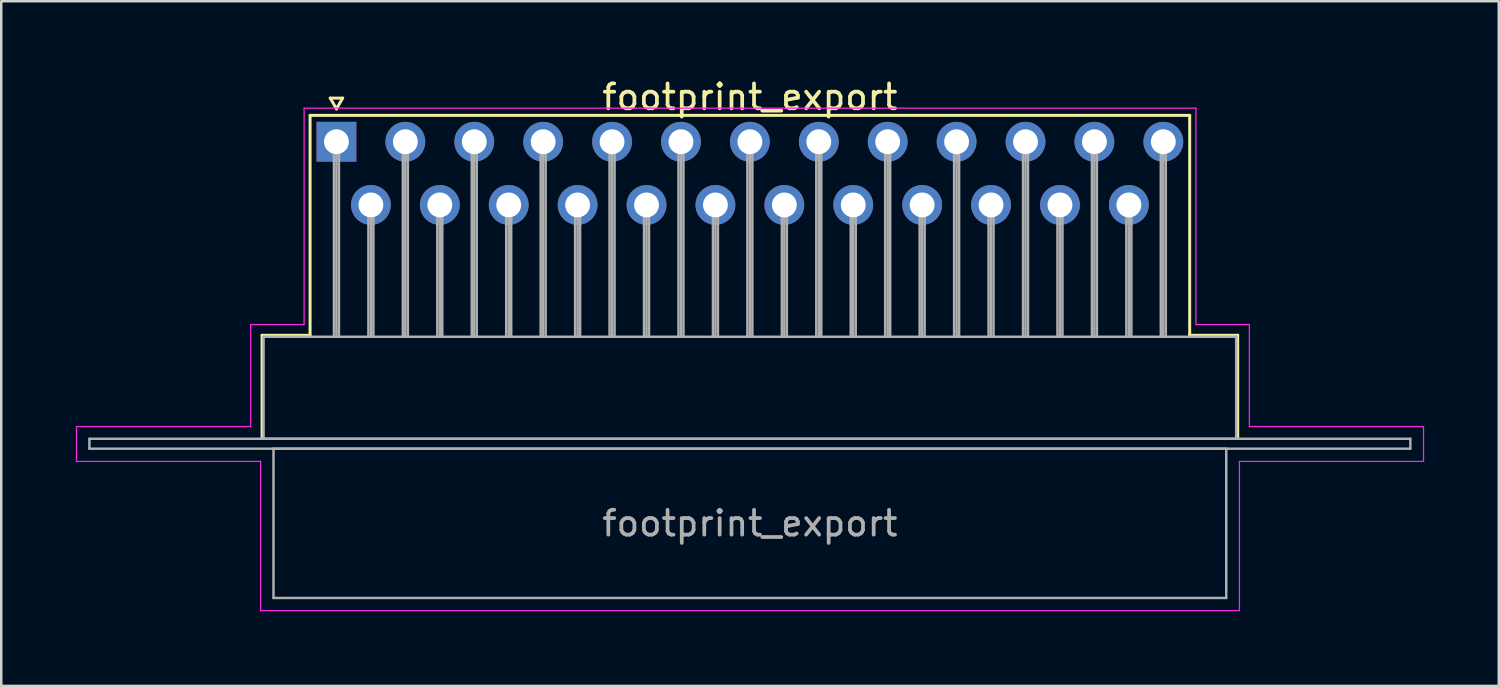
<source format=kicad_pcb>
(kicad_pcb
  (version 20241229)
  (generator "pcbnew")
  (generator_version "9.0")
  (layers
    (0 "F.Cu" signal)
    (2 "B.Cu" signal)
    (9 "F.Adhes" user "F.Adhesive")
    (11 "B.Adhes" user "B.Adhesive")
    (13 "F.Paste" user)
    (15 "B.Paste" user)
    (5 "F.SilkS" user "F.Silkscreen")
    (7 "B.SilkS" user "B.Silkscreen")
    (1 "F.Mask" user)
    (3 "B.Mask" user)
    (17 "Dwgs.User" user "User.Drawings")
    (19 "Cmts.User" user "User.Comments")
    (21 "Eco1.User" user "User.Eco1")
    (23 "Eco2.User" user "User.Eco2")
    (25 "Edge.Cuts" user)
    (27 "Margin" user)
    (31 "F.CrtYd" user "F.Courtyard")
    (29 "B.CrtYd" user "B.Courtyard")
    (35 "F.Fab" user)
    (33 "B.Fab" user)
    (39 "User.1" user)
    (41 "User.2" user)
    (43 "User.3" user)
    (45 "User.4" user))
  (footprint "footprint_export"
    (layer "F.Cu")
    (at 10.475 2.648)
    (property "Reference" "footprint_export" (at 16.62 -1.8 0) (layer "F.SilkS") (effects (font (size 1 1) (thickness 0.15))))
    (attr through_hole)
    (fp_line (start -2.99 7.78) (end -1.06 7.78) (stroke (width 0.12) (type solid)) (layer "F.SilkS"))
    (fp_line (start -2.99 11.88) (end -2.99 7.78) (stroke (width 0.12) (type solid)) (layer "F.SilkS"))
    (fp_line (start -1.06 -1.06) (end 34.3 -1.06) (stroke (width 0.12) (type solid)) (layer "F.SilkS"))
    (fp_line (start -1.06 7.78) (end -1.06 -1.06) (stroke (width 0.12) (type solid)) (layer "F.SilkS"))
    (fp_line (start -0.25 -1.754) (end 0.25 -1.754) (stroke (width 0.12) (type solid)) (layer "F.SilkS"))
    (fp_line (start 0 -1.321) (end -0.25 -1.754) (stroke (width 0.12) (type solid)) (layer "F.SilkS"))
    (fp_line (start 0.25 -1.754) (end 0 -1.321) (stroke (width 0.12) (type solid)) (layer "F.SilkS"))
    (fp_line (start 34.3 -1.06) (end 34.3 7.78) (stroke (width 0.12) (type solid)) (layer "F.SilkS"))
    (fp_line (start 34.3 7.78) (end 36.23 7.78) (stroke (width 0.12) (type solid)) (layer "F.SilkS"))
    (fp_line (start 36.23 7.78) (end 36.23 11.88) (stroke (width 0.12) (type solid)) (layer "F.SilkS"))
    (fp_line (start -10.45 11.45) (end -3.45 11.45) (stroke (width 0.05) (type solid)) (layer "F.CrtYd"))
    (fp_line (start -10.45 12.85) (end -10.45 11.45) (stroke (width 0.05) (type solid)) (layer "F.CrtYd"))
    (fp_line (start -3.45 7.35) (end -1.3 7.35) (stroke (width 0.05) (type solid)) (layer "F.CrtYd"))
    (fp_line (start -3.45 11.45) (end -3.45 7.35) (stroke (width 0.05) (type solid)) (layer "F.CrtYd"))
    (fp_line (start -3.05 12.85) (end -10.45 12.85) (stroke (width 0.05) (type solid)) (layer "F.CrtYd"))
    (fp_line (start -3.05 18.85) (end -3.05 12.85) (stroke (width 0.05) (type solid)) (layer "F.CrtYd"))
    (fp_line (start -1.3 -1.35) (end 34.55 -1.35) (stroke (width 0.05) (type solid)) (layer "F.CrtYd"))
    (fp_line (start -1.3 7.35) (end -1.3 -1.35) (stroke (width 0.05) (type solid)) (layer "F.CrtYd"))
    (fp_line (start 34.55 -1.35) (end 34.55 7.35) (stroke (width 0.05) (type solid)) (layer "F.CrtYd"))
    (fp_line (start 34.55 7.35) (end 36.7 7.35) (stroke (width 0.05) (type solid)) (layer "F.CrtYd"))
    (fp_line (start 36.3 12.85) (end 36.3 18.85) (stroke (width 0.05) (type solid)) (layer "F.CrtYd"))
    (fp_line (start 36.3 18.85) (end -3.05 18.85) (stroke (width 0.05) (type solid)) (layer "F.CrtYd"))
    (fp_line (start 36.7 7.35) (end 36.7 11.45) (stroke (width 0.05) (type solid)) (layer "F.CrtYd"))
    (fp_line (start 36.7 11.45) (end 43.7 11.45) (stroke (width 0.05) (type solid)) (layer "F.CrtYd"))
    (fp_line (start 43.7 11.45) (end 43.7 12.85) (stroke (width 0.05) (type solid)) (layer "F.CrtYd"))
    (fp_line (start 43.7 12.85) (end 36.3 12.85) (stroke (width 0.05) (type solid)) (layer "F.CrtYd"))
    (fp_line (start -9.93 11.94) (end -9.93 12.34) (stroke (width 0.1) (type solid)) (layer "F.Fab"))
    (fp_line (start -9.93 12.34) (end 43.17 12.34) (stroke (width 0.1) (type solid)) (layer "F.Fab"))
    (fp_line (start -2.93 7.84) (end -2.93 11.94) (stroke (width 0.1) (type solid)) (layer "F.Fab"))
    (fp_line (start -2.93 11.94) (end 36.17 11.94) (stroke (width 0.1) (type solid)) (layer "F.Fab"))
    (fp_line (start -2.53 12.34) (end -2.53 18.34) (stroke (width 0.1) (type solid)) (layer "F.Fab"))
    (fp_line (start -2.53 18.34) (end 35.77 18.34) (stroke (width 0.1) (type solid)) (layer "F.Fab"))
    (fp_line (start -0.1 0) (end -0.1 7.84) (stroke (width 0.1) (type solid)) (layer "F.Fab"))
    (fp_line (start 0 0) (end 0 7.84) (stroke (width 0.1) (type solid)) (layer "F.Fab"))
    (fp_line (start 0.1 0) (end 0.1 7.84) (stroke (width 0.1) (type solid)) (layer "F.Fab"))
    (fp_line (start 1.285 2.54) (end 1.285 7.84) (stroke (width 0.1) (type solid)) (layer "F.Fab"))
    (fp_line (start 1.385 2.54) (end 1.385 7.84) (stroke (width 0.1) (type solid)) (layer "F.Fab"))
    (fp_line (start 1.485 2.54) (end 1.485 7.84) (stroke (width 0.1) (type solid)) (layer "F.Fab"))
    (fp_line (start 2.67 0) (end 2.67 7.84) (stroke (width 0.1) (type solid)) (layer "F.Fab"))
    (fp_line (start 2.77 0) (end 2.77 7.84) (stroke (width 0.1) (type solid)) (layer "F.Fab"))
    (fp_line (start 2.87 0) (end 2.87 7.84) (stroke (width 0.1) (type solid)) (layer "F.Fab"))
    (fp_line (start 4.055 2.54) (end 4.055 7.84) (stroke (width 0.1) (type solid)) (layer "F.Fab"))
    (fp_line (start 4.155 2.54) (end 4.155 7.84) (stroke (width 0.1) (type solid)) (layer "F.Fab"))
    (fp_line (start 4.255 2.54) (end 4.255 7.84) (stroke (width 0.1) (type solid)) (layer "F.Fab"))
    (fp_line (start 5.44 0) (end 5.44 7.84) (stroke (width 0.1) (type solid)) (layer "F.Fab"))
    (fp_line (start 5.54 0) (end 5.54 7.84) (stroke (width 0.1) (type solid)) (layer "F.Fab"))
    (fp_line (start 5.64 0) (end 5.64 7.84) (stroke (width 0.1) (type solid)) (layer "F.Fab"))
    (fp_line (start 6.825 2.54) (end 6.825 7.84) (stroke (width 0.1) (type solid)) (layer "F.Fab"))
    (fp_line (start 6.925 2.54) (end 6.925 7.84) (stroke (width 0.1) (type solid)) (layer "F.Fab"))
    (fp_line (start 7.025 2.54) (end 7.025 7.84) (stroke (width 0.1) (type solid)) (layer "F.Fab"))
    (fp_line (start 8.21 0) (end 8.21 7.84) (stroke (width 0.1) (type solid)) (layer "F.Fab"))
    (fp_line (start 8.31 0) (end 8.31 7.84) (stroke (width 0.1) (type solid)) (layer "F.Fab"))
    (fp_line (start 8.41 0) (end 8.41 7.84) (stroke (width 0.1) (type solid)) (layer "F.Fab"))
    (fp_line (start 9.595 2.54) (end 9.595 7.84) (stroke (width 0.1) (type solid)) (layer "F.Fab"))
    (fp_line (start 9.695 2.54) (end 9.695 7.84) (stroke (width 0.1) (type solid)) (layer "F.Fab"))
    (fp_line (start 9.795 2.54) (end 9.795 7.84) (stroke (width 0.1) (type solid)) (layer "F.Fab"))
    (fp_line (start 10.98 0) (end 10.98 7.84) (stroke (width 0.1) (type solid)) (layer "F.Fab"))
    (fp_line (start 11.08 0) (end 11.08 7.84) (stroke (width 0.1) (type solid)) (layer "F.Fab"))
    (fp_line (start 11.18 0) (end 11.18 7.84) (stroke (width 0.1) (type solid)) (layer "F.Fab"))
    (fp_line (start 12.365 2.54) (end 12.365 7.84) (stroke (width 0.1) (type solid)) (layer "F.Fab"))
    (fp_line (start 12.465 2.54) (end 12.465 7.84) (stroke (width 0.1) (type solid)) (layer "F.Fab"))
    (fp_line (start 12.565 2.54) (end 12.565 7.84) (stroke (width 0.1) (type solid)) (layer "F.Fab"))
    (fp_line (start 13.75 0) (end 13.75 7.84) (stroke (width 0.1) (type solid)) (layer "F.Fab"))
    (fp_line (start 13.85 0) (end 13.85 7.84) (stroke (width 0.1) (type solid)) (layer "F.Fab"))
    (fp_line (start 13.95 0) (end 13.95 7.84) (stroke (width 0.1) (type solid)) (layer "F.Fab"))
    (fp_line (start 15.135 2.54) (end 15.135 7.84) (stroke (width 0.1) (type solid)) (layer "F.Fab"))
    (fp_line (start 15.235 2.54) (end 15.235 7.84) (stroke (width 0.1) (type solid)) (layer "F.Fab"))
    (fp_line (start 15.335 2.54) (end 15.335 7.84) (stroke (width 0.1) (type solid)) (layer "F.Fab"))
    (fp_line (start 16.52 0) (end 16.52 7.84) (stroke (width 0.1) (type solid)) (layer "F.Fab"))
    (fp_line (start 16.62 0) (end 16.62 7.84) (stroke (width 0.1) (type solid)) (layer "F.Fab"))
    (fp_line (start 16.72 0) (end 16.72 7.84) (stroke (width 0.1) (type solid)) (layer "F.Fab"))
    (fp_line (start 17.905 2.54) (end 17.905 7.84) (stroke (width 0.1) (type solid)) (layer "F.Fab"))
    (fp_line (start 18.005 2.54) (end 18.005 7.84) (stroke (width 0.1) (type solid)) (layer "F.Fab"))
    (fp_line (start 18.105 2.54) (end 18.105 7.84) (stroke (width 0.1) (type solid)) (layer "F.Fab"))
    (fp_line (start 19.29 0) (end 19.29 7.84) (stroke (width 0.1) (type solid)) (layer "F.Fab"))
    (fp_line (start 19.39 0) (end 19.39 7.84) (stroke (width 0.1) (type solid)) (layer "F.Fab"))
    (fp_line (start 19.49 0) (end 19.49 7.84) (stroke (width 0.1) (type solid)) (layer "F.Fab"))
    (fp_line (start 20.675 2.54) (end 20.675 7.84) (stroke (width 0.1) (type solid)) (layer "F.Fab"))
    (fp_line (start 20.775 2.54) (end 20.775 7.84) (stroke (width 0.1) (type solid)) (layer "F.Fab"))
    (fp_line (start 20.875 2.54) (end 20.875 7.84) (stroke (width 0.1) (type solid)) (layer "F.Fab"))
    (fp_line (start 22.06 0) (end 22.06 7.84) (stroke (width 0.1) (type solid)) (layer "F.Fab"))
    (fp_line (start 22.16 0) (end 22.16 7.84) (stroke (width 0.1) (type solid)) (layer "F.Fab"))
    (fp_line (start 22.26 0) (end 22.26 7.84) (stroke (width 0.1) (type solid)) (layer "F.Fab"))
    (fp_line (start 23.445 2.54) (end 23.445 7.84) (stroke (width 0.1) (type solid)) (layer "F.Fab"))
    (fp_line (start 23.545 2.54) (end 23.545 7.84) (stroke (width 0.1) (type solid)) (layer "F.Fab"))
    (fp_line (start 23.645 2.54) (end 23.645 7.84) (stroke (width 0.1) (type solid)) (layer "F.Fab"))
    (fp_line (start 24.83 0) (end 24.83 7.84) (stroke (width 0.1) (type solid)) (layer "F.Fab"))
    (fp_line (start 24.93 0) (end 24.93 7.84) (stroke (width 0.1) (type solid)) (layer "F.Fab"))
    (fp_line (start 25.03 0) (end 25.03 7.84) (stroke (width 0.1) (type solid)) (layer "F.Fab"))
    (fp_line (start 26.215 2.54) (end 26.215 7.84) (stroke (width 0.1) (type solid)) (layer "F.Fab"))
    (fp_line (start 26.315 2.54) (end 26.315 7.84) (stroke (width 0.1) (type solid)) (layer "F.Fab"))
    (fp_line (start 26.415 2.54) (end 26.415 7.84) (stroke (width 0.1) (type solid)) (layer "F.Fab"))
    (fp_line (start 27.6 0) (end 27.6 7.84) (stroke (width 0.1) (type solid)) (layer "F.Fab"))
    (fp_line (start 27.7 0) (end 27.7 7.84) (stroke (width 0.1) (type solid)) (layer "F.Fab"))
    (fp_line (start 27.8 0) (end 27.8 7.84) (stroke (width 0.1) (type solid)) (layer "F.Fab"))
    (fp_line (start 28.985 2.54) (end 28.985 7.84) (stroke (width 0.1) (type solid)) (layer "F.Fab"))
    (fp_line (start 29.085 2.54) (end 29.085 7.84) (stroke (width 0.1) (type solid)) (layer "F.Fab"))
    (fp_line (start 29.185 2.54) (end 29.185 7.84) (stroke (width 0.1) (type solid)) (layer "F.Fab"))
    (fp_line (start 30.37 0) (end 30.37 7.84) (stroke (width 0.1) (type solid)) (layer "F.Fab"))
    (fp_line (start 30.47 0) (end 30.47 7.84) (stroke (width 0.1) (type solid)) (layer "F.Fab"))
    (fp_line (start 30.57 0) (end 30.57 7.84) (stroke (width 0.1) (type solid)) (layer "F.Fab"))
    (fp_line (start 31.755 2.54) (end 31.755 7.84) (stroke (width 0.1) (type solid)) (layer "F.Fab"))
    (fp_line (start 31.855 2.54) (end 31.855 7.84) (stroke (width 0.1) (type solid)) (layer "F.Fab"))
    (fp_line (start 31.955 2.54) (end 31.955 7.84) (stroke (width 0.1) (type solid)) (layer "F.Fab"))
    (fp_line (start 33.14 0) (end 33.14 7.84) (stroke (width 0.1) (type solid)) (layer "F.Fab"))
    (fp_line (start 33.24 0) (end 33.24 7.84) (stroke (width 0.1) (type solid)) (layer "F.Fab"))
    (fp_line (start 33.34 0) (end 33.34 7.84) (stroke (width 0.1) (type solid)) (layer "F.Fab"))
    (fp_line (start 35.77 12.34) (end -2.53 12.34) (stroke (width 0.1) (type solid)) (layer "F.Fab"))
    (fp_line (start 35.77 18.34) (end 35.77 12.34) (stroke (width 0.1) (type solid)) (layer "F.Fab"))
    (fp_line (start 36.17 7.84) (end -2.93 7.84) (stroke (width 0.1) (type solid)) (layer "F.Fab"))
    (fp_line (start 36.17 11.94) (end 36.17 7.84) (stroke (width 0.1) (type solid)) (layer "F.Fab"))
    (fp_line (start 43.17 11.94) (end -9.93 11.94) (stroke (width 0.1) (type solid)) (layer "F.Fab"))
    (fp_line (start 43.17 12.34) (end 43.17 11.94) (stroke (width 0.1) (type solid)) (layer "F.Fab"))
    (fp_text user "${REFERENCE}" (at 16.62 15.34 0) (layer "F.Fab") (effects (font (size 1 1) (thickness 0.15))))
    (pad "1" thru_hole rect (at 0 0) (size 1.6 1.6) (drill 1) (layers "*.Cu" "*.Mask"))
    (pad "2" thru_hole circle (at 2.77 0) (size 1.6 1.6) (drill 1) (layers "*.Cu" "*.Mask"))
    (pad "3" thru_hole circle (at 5.54 0) (size 1.6 1.6) (drill 1) (layers "*.Cu" "*.Mask"))
    (pad "4" thru_hole circle (at 8.31 0) (size 1.6 1.6) (drill 1) (layers "*.Cu" "*.Mask"))
    (pad "5" thru_hole circle (at 11.08 0) (size 1.6 1.6) (drill 1) (layers "*.Cu" "*.Mask"))
    (pad "6" thru_hole circle (at 13.85 0) (size 1.6 1.6) (drill 1) (layers "*.Cu" "*.Mask"))
    (pad "7" thru_hole circle (at 16.62 0) (size 1.6 1.6) (drill 1) (layers "*.Cu" "*.Mask"))
    (pad "8" thru_hole circle (at 19.39 0) (size 1.6 1.6) (drill 1) (layers "*.Cu" "*.Mask"))
    (pad "9" thru_hole circle (at 22.16 0) (size 1.6 1.6) (drill 1) (layers "*.Cu" "*.Mask"))
    (pad "10" thru_hole circle (at 24.93 0) (size 1.6 1.6) (drill 1) (layers "*.Cu" "*.Mask"))
    (pad "11" thru_hole circle (at 27.7 0) (size 1.6 1.6) (drill 1) (layers "*.Cu" "*.Mask"))
    (pad "12" thru_hole circle (at 30.47 0) (size 1.6 1.6) (drill 1) (layers "*.Cu" "*.Mask"))
    (pad "13" thru_hole circle (at 33.24 0) (size 1.6 1.6) (drill 1) (layers "*.Cu" "*.Mask"))
    (pad "14" thru_hole circle (at 1.385 2.54) (size 1.6 1.6) (drill 1) (layers "*.Cu" "*.Mask"))
    (pad "15" thru_hole circle (at 4.155 2.54) (size 1.6 1.6) (drill 1) (layers "*.Cu" "*.Mask"))
    (pad "16" thru_hole circle (at 6.925 2.54) (size 1.6 1.6) (drill 1) (layers "*.Cu" "*.Mask"))
    (pad "17" thru_hole circle (at 9.695 2.54) (size 1.6 1.6) (drill 1) (layers "*.Cu" "*.Mask"))
    (pad "18" thru_hole circle (at 12.465 2.54) (size 1.6 1.6) (drill 1) (layers "*.Cu" "*.Mask"))
    (pad "19" thru_hole circle (at 15.235 2.54) (size 1.6 1.6) (drill 1) (layers "*.Cu" "*.Mask"))
    (pad "20" thru_hole circle (at 18.005 2.54) (size 1.6 1.6) (drill 1) (layers "*.Cu" "*.Mask"))
    (pad "21" thru_hole circle (at 20.775 2.54) (size 1.6 1.6) (drill 1) (layers "*.Cu" "*.Mask"))
    (pad "22" thru_hole circle (at 23.545 2.54) (size 1.6 1.6) (drill 1) (layers "*.Cu" "*.Mask"))
    (pad "23" thru_hole circle (at 26.315 2.54) (size 1.6 1.6) (drill 1) (layers "*.Cu" "*.Mask"))
    (pad "24" thru_hole circle (at 29.085 2.54) (size 1.6 1.6) (drill 1) (layers "*.Cu" "*.Mask"))
    (pad "25" thru_hole circle (at 31.855 2.54) (size 1.6 1.6) (drill 1) (layers "*.Cu" "*.Mask")))
  (gr_rect
    (start -3 -3)
    (end 57.2 24.523)
    (stroke (width 0.1) (type default))
    (fill no)
    (layer "Edge.Cuts")))
</source>
